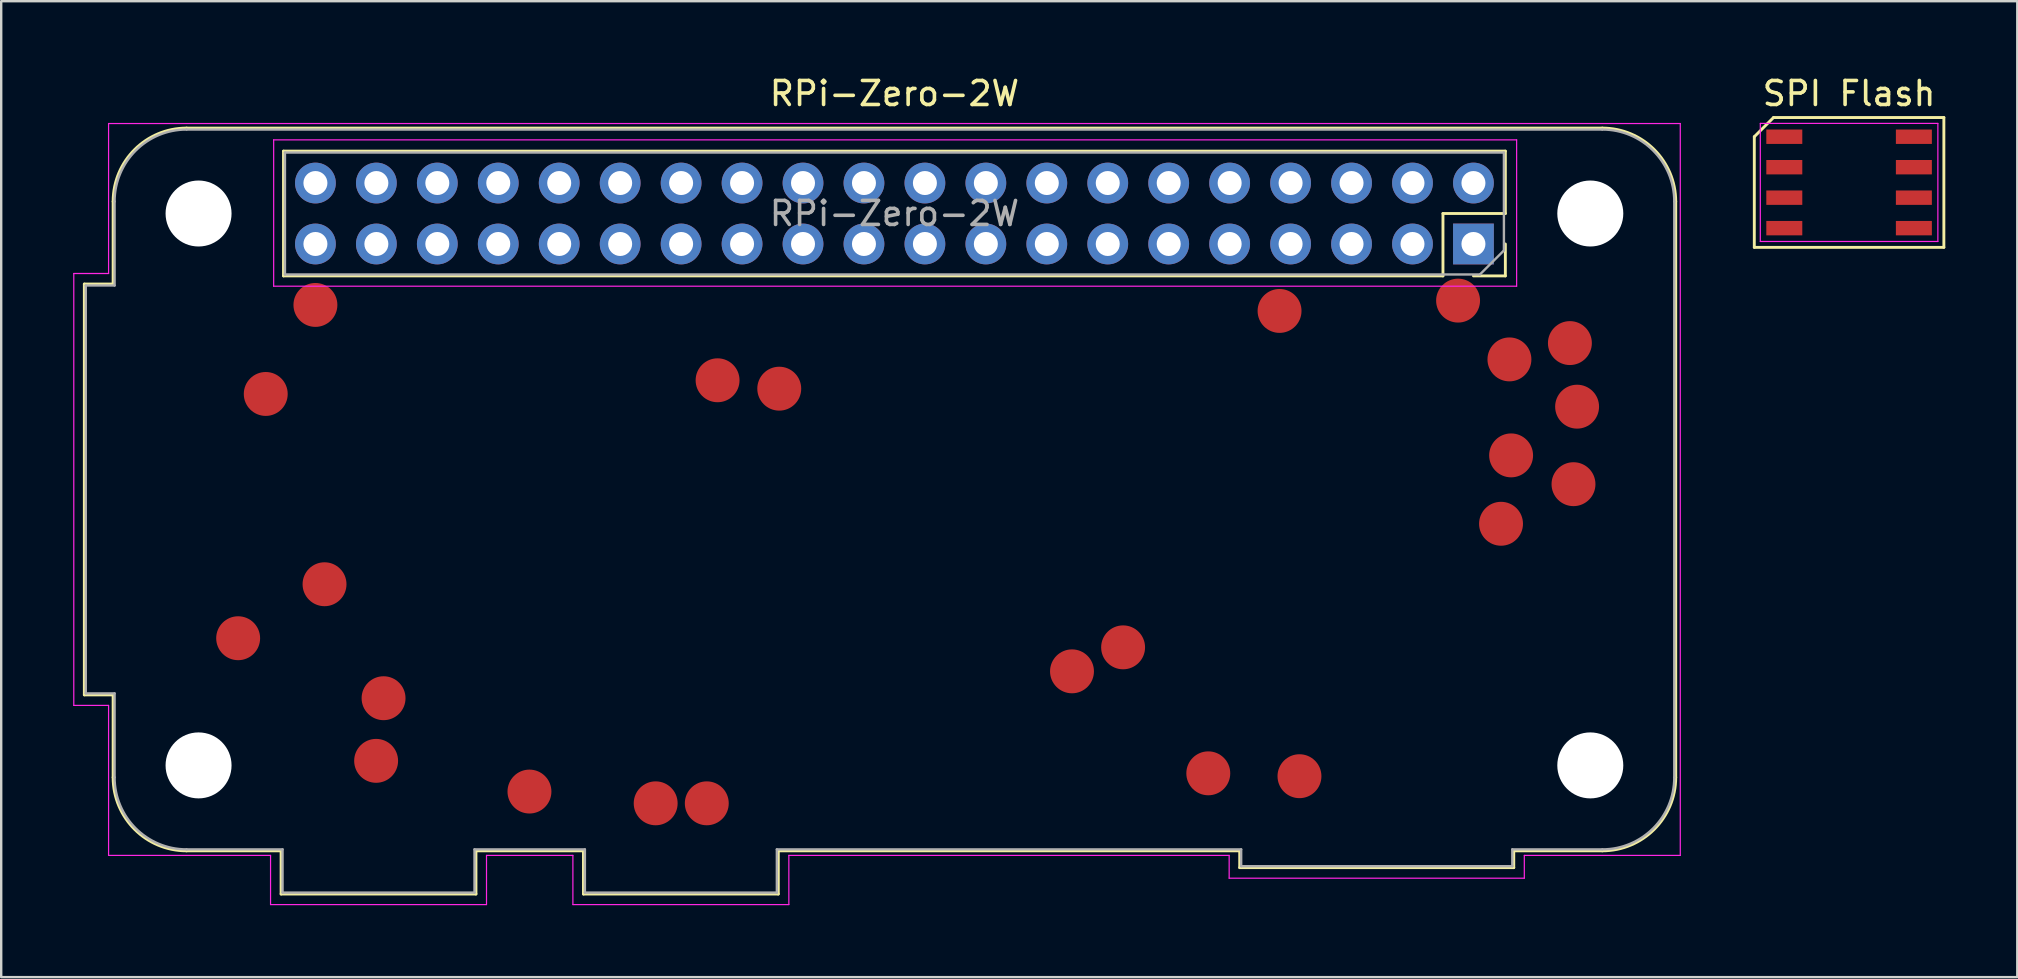
<source format=kicad_pcb>
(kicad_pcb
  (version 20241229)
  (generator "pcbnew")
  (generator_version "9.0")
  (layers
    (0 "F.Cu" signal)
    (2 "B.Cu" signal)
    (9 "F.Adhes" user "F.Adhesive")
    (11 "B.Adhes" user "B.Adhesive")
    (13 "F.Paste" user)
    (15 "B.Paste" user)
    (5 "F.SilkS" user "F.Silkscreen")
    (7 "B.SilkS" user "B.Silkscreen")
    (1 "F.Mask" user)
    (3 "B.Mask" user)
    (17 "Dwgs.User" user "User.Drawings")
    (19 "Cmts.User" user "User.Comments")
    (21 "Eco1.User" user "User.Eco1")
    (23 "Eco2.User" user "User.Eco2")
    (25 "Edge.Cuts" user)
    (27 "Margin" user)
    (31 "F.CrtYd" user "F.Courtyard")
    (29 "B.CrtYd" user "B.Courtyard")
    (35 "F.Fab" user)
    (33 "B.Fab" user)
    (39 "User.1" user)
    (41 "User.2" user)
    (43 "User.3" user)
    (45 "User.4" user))
  (footprint "SPI Flash"
    (layer "F.Cu")
    (at 74.01 4.553)
    (property "Reference" "SPI Flash" (at 0 -3.705 0) (layer "F.SilkS") (effects (font (size 1 1) (thickness 0.15))))
    (attr smd)
    (fp_line (start -3.95 -1.905) (end -3.15 -2.705) (stroke (width 0.12) (type default)) (layer "F.SilkS"))
    (fp_line (start -3.95 2.705) (end -3.95 -1.905) (stroke (width 0.12) (type default)) (layer "F.SilkS"))
    (fp_line (start -3.15 -2.705) (end 3.95 -2.705) (stroke (width 0.12) (type default)) (layer "F.SilkS"))
    (fp_line (start 3.95 -2.705) (end 3.95 2.705) (stroke (width 0.12) (type default)) (layer "F.SilkS"))
    (fp_line (start 3.95 2.705) (end -3.95 2.705) (stroke (width 0.12) (type default)) (layer "F.SilkS"))
    (fp_line (start -3.7 -2.46) (end 3.7 -2.46) (stroke (width 0.05) (type default)) (layer "F.CrtYd"))
    (fp_line (start -3.7 2.46) (end -3.7 -2.46) (stroke (width 0.05) (type default)) (layer "F.CrtYd"))
    (fp_line (start 3.7 -2.46) (end 3.7 2.46) (stroke (width 0.05) (type default)) (layer "F.CrtYd"))
    (fp_line (start 3.7 2.46) (end -3.7 2.46) (stroke (width 0.05) (type default)) (layer "F.CrtYd"))
    (pad "1" smd rect (at -2.7 -1.905 270) (size 0.6 1.5) (layers "F.Cu" "F.Mask" "F.Paste"))
    (pad "2" smd rect (at -2.7 -0.635 270) (size 0.6 1.5) (layers "F.Cu" "F.Mask" "F.Paste"))
    (pad "3" smd rect (at -2.7 0.635 270) (size 0.6 1.5) (layers "F.Cu" "F.Mask" "F.Paste"))
    (pad "4" smd rect (at -2.7 1.905 270) (size 0.6 1.5) (layers "F.Cu" "F.Mask" "F.Paste"))
    (pad "5" smd rect (at 2.7 1.905 270) (size 0.6 1.5) (layers "F.Cu" "F.Mask" "F.Paste"))
    (pad "6" smd rect (at 2.7 0.635 270) (size 0.6 1.5) (layers "F.Cu" "F.Mask" "F.Paste"))
    (pad "7" smd rect (at 2.7 -0.635 270) (size 0.6 1.5) (layers "F.Cu" "F.Mask" "F.Paste"))
    (pad "8" smd rect (at 2.7 -1.905 270) (size 0.6 1.5) (layers "F.Cu" "F.Mask" "F.Paste")))
  (footprint "RPi-Zero-2W"
    (layer "F.Cu")
    (at 1.725 32.348)
    (property "Reference" "RPi-Zero-2W" (at 32.5 -31.5 0) (layer "F.SilkS") (effects (font (size 1 1) (thickness 0.15))))
    (attr through_hole)
    (fp_line (start -1.26 -23.56) (end -1.26 -6.44) (stroke (width 0.12) (type solid)) (layer "F.SilkS"))
    (fp_line (start -1.26 -6.44) (end -0.06 -6.44) (stroke (width 0.12) (type solid)) (layer "F.SilkS"))
    (fp_line (start -0.06 -23.56) (end -1.26 -23.56) (stroke (width 0.12) (type solid)) (layer "F.SilkS"))
    (fp_line (start -0.06 -23.56) (end -0.06 -27) (stroke (width 0.12) (type solid)) (layer "F.SilkS"))
    (fp_line (start -0.06 -6.44) (end -0.06 -3) (stroke (width 0.12) (type solid)) (layer "F.SilkS"))
    (fp_line (start 3 -30.06) (end 62 -30.06) (stroke (width 0.12) (type solid)) (layer "F.SilkS"))
    (fp_line (start 3 0.06) (end 6.94 0.06) (stroke (width 0.12) (type solid)) (layer "F.SilkS"))
    (fp_line (start 6.94 0.06) (end 6.94 1.86) (stroke (width 0.12) (type solid)) (layer "F.SilkS"))
    (fp_line (start 6.94 1.86) (end 15.06 1.86) (stroke (width 0.12) (type solid)) (layer "F.SilkS"))
    (fp_line (start 7.04 -29.1) (end 7.04 -23.9) (stroke (width 0.12) (type solid)) (layer "F.SilkS"))
    (fp_line (start 15.06 0.06) (end 19.54 0.06) (stroke (width 0.12) (type solid)) (layer "F.SilkS"))
    (fp_line (start 15.06 1.86) (end 15.06 0.06) (stroke (width 0.12) (type solid)) (layer "F.SilkS"))
    (fp_line (start 19.54 0.06) (end 19.54 1.86) (stroke (width 0.12) (type solid)) (layer "F.SilkS"))
    (fp_line (start 19.54 1.86) (end 27.66 1.86) (stroke (width 0.12) (type solid)) (layer "F.SilkS"))
    (fp_line (start 27.66 0.06) (end 46.89 0.06) (stroke (width 0.12) (type solid)) (layer "F.SilkS"))
    (fp_line (start 27.66 1.86) (end 27.66 0.06) (stroke (width 0.12) (type solid)) (layer "F.SilkS"))
    (fp_line (start 46.89 0.06) (end 46.89 0.76) (stroke (width 0.12) (type solid)) (layer "F.SilkS"))
    (fp_line (start 46.89 0.76) (end 58.31 0.76) (stroke (width 0.12) (type solid)) (layer "F.SilkS"))
    (fp_line (start 55.36 -26.5) (end 55.36 -23.9) (stroke (width 0.12) (type solid)) (layer "F.SilkS"))
    (fp_line (start 55.36 -23.9) (end 7.04 -23.9) (stroke (width 0.12) (type solid)) (layer "F.SilkS"))
    (fp_line (start 57.96 -29.1) (end 7.04 -29.1) (stroke (width 0.12) (type solid)) (layer "F.SilkS"))
    (fp_line (start 57.96 -29.1) (end 57.96 -26.5) (stroke (width 0.12) (type solid)) (layer "F.SilkS"))
    (fp_line (start 57.96 -26.5) (end 55.36 -26.5) (stroke (width 0.12) (type solid)) (layer "F.SilkS"))
    (fp_line (start 57.96 -25.23) (end 57.96 -23.9) (stroke (width 0.12) (type solid)) (layer "F.SilkS"))
    (fp_line (start 57.96 -23.9) (end 56.63 -23.9) (stroke (width 0.12) (type solid)) (layer "F.SilkS"))
    (fp_line (start 58.31 0.06) (end 62 0.06) (stroke (width 0.12) (type solid)) (layer "F.SilkS"))
    (fp_line (start 58.31 0.76) (end 58.31 0.06) (stroke (width 0.12) (type solid)) (layer "F.SilkS"))
    (fp_line (start 65.06 -27) (end 65.06 -3) (stroke (width 0.12) (type solid)) (layer "F.SilkS"))
    (fp_arc (start -0.06 -27) (mid 0.836253 -29.163747) (end 3 -30.06) (stroke (width 0.12) (type solid)) (layer "F.SilkS"))
    (fp_arc (start 3 0.06) (mid 0.836253 -0.836253) (end -0.06 -3) (stroke (width 0.12) (type solid)) (layer "F.SilkS"))
    (fp_arc (start 62 -30.06) (mid 64.163747 -29.163747) (end 65.06 -27) (stroke (width 0.12) (type solid)) (layer "F.SilkS"))
    (fp_arc (start 65.06 -3) (mid 64.163747 -0.836253) (end 62 0.06) (stroke (width 0.12) (type solid)) (layer "F.SilkS"))
    (fp_line (start -1.7 -24) (end -0.25 -24) (stroke (width 0.05) (type solid)) (layer "F.CrtYd"))
    (fp_line (start -1.7 -6) (end -1.7 -24) (stroke (width 0.05) (type solid)) (layer "F.CrtYd"))
    (fp_line (start -1.7 -6) (end -0.25 -6) (stroke (width 0.05) (type solid)) (layer "F.CrtYd"))
    (fp_line (start -0.25 -30.25) (end -0.25 -24) (stroke (width 0.05) (type solid)) (layer "F.CrtYd"))
    (fp_line (start -0.25 -30.25) (end 65.25 -30.25) (stroke (width 0.05) (type solid)) (layer "F.CrtYd"))
    (fp_line (start -0.25 -6) (end -0.25 0.25) (stroke (width 0.05) (type solid)) (layer "F.CrtYd"))
    (fp_line (start 6.5 0.25) (end -0.25 0.25) (stroke (width 0.05) (type solid)) (layer "F.CrtYd"))
    (fp_line (start 6.5 2.3) (end 6.5 0.25) (stroke (width 0.05) (type solid)) (layer "F.CrtYd"))
    (fp_line (start 6.5 2.3) (end 15.5 2.3) (stroke (width 0.05) (type solid)) (layer "F.CrtYd"))
    (fp_line (start 6.63 -29.57) (end 58.43 -29.57) (stroke (width 0.05) (type solid)) (layer "F.CrtYd"))
    (fp_line (start 6.63 -23.47) (end 6.63 -29.57) (stroke (width 0.05) (type solid)) (layer "F.CrtYd"))
    (fp_line (start 15.5 2.3) (end 15.5 0.25) (stroke (width 0.05) (type solid)) (layer "F.CrtYd"))
    (fp_line (start 19.1 0.25) (end 15.5 0.25) (stroke (width 0.05) (type solid)) (layer "F.CrtYd"))
    (fp_line (start 19.1 2.3) (end 19.1 0.25) (stroke (width 0.05) (type solid)) (layer "F.CrtYd"))
    (fp_line (start 19.1 2.3) (end 28.1 2.3) (stroke (width 0.05) (type solid)) (layer "F.CrtYd"))
    (fp_line (start 28.1 0.25) (end 46.45 0.25) (stroke (width 0.05) (type solid)) (layer "F.CrtYd"))
    (fp_line (start 28.1 2.3) (end 28.1 0.25) (stroke (width 0.05) (type solid)) (layer "F.CrtYd"))
    (fp_line (start 46.45 1.2) (end 46.45 0.25) (stroke (width 0.05) (type solid)) (layer "F.CrtYd"))
    (fp_line (start 58.43 -29.57) (end 58.43 -23.47) (stroke (width 0.05) (type solid)) (layer "F.CrtYd"))
    (fp_line (start 58.43 -23.47) (end 6.63 -23.47) (stroke (width 0.05) (type solid)) (layer "F.CrtYd"))
    (fp_line (start 58.75 0.25) (end 65.25 0.25) (stroke (width 0.05) (type solid)) (layer "F.CrtYd"))
    (fp_line (start 58.75 1.2) (end 46.45 1.2) (stroke (width 0.05) (type solid)) (layer "F.CrtYd"))
    (fp_line (start 58.75 1.2) (end 58.75 0.25) (stroke (width 0.05) (type solid)) (layer "F.CrtYd"))
    (fp_line (start 65.25 -30.25) (end 65.25 0.25) (stroke (width 0.05) (type solid)) (layer "F.CrtYd"))
    (fp_line (start -1.2 -23.5) (end -1.2 -6.5) (stroke (width 0.1) (type solid)) (layer "F.Fab"))
    (fp_line (start 0 -27) (end 0 -23.5) (stroke (width 0.1) (type solid)) (layer "F.Fab"))
    (fp_line (start 0 -23.5) (end -1.2 -23.5) (stroke (width 0.1) (type solid)) (layer "F.Fab"))
    (fp_line (start 0 -6.5) (end -1.2 -6.5) (stroke (width 0.1) (type solid)) (layer "F.Fab"))
    (fp_line (start 0 -3) (end 0 -6.5) (stroke (width 0.1) (type solid)) (layer "F.Fab"))
    (fp_line (start 3 -30) (end 62 -30) (stroke (width 0.1) (type solid)) (layer "F.Fab"))
    (fp_line (start 7 0) (end 3 0) (stroke (width 0.1) (type solid)) (layer "F.Fab"))
    (fp_line (start 7 0) (end 7 1.8) (stroke (width 0.1) (type solid)) (layer "F.Fab"))
    (fp_line (start 7 1.8) (end 15 1.8) (stroke (width 0.1) (type solid)) (layer "F.Fab"))
    (fp_line (start 7.1 -29.04) (end 57.9 -29.04) (stroke (width 0.1) (type solid)) (layer "F.Fab"))
    (fp_line (start 7.1 -23.96) (end 7.1 -29.04) (stroke (width 0.1) (type solid)) (layer "F.Fab"))
    (fp_line (start 15 0) (end 19.6 0) (stroke (width 0.1) (type solid)) (layer "F.Fab"))
    (fp_line (start 15 1.8) (end 15 0) (stroke (width 0.1) (type solid)) (layer "F.Fab"))
    (fp_line (start 19.6 0) (end 19.6 1.8) (stroke (width 0.1) (type solid)) (layer "F.Fab"))
    (fp_line (start 19.6 1.8) (end 27.6 1.8) (stroke (width 0.1) (type solid)) (layer "F.Fab"))
    (fp_line (start 27.6 0) (end 46.95 0) (stroke (width 0.1) (type solid)) (layer "F.Fab"))
    (fp_line (start 27.6 1.8) (end 27.6 0) (stroke (width 0.1) (type solid)) (layer "F.Fab"))
    (fp_line (start 46.95 0) (end 46.95 0.7) (stroke (width 0.1) (type solid)) (layer "F.Fab"))
    (fp_line (start 46.95 0.7) (end 58.25 0.7) (stroke (width 0.1) (type solid)) (layer "F.Fab"))
    (fp_line (start 56.9 -23.96) (end 7.1 -23.96) (stroke (width 0.1) (type solid)) (layer "F.Fab"))
    (fp_line (start 57.9 -29.04) (end 57.9 -24.96) (stroke (width 0.1) (type solid)) (layer "F.Fab"))
    (fp_line (start 57.9 -24.96) (end 56.9 -23.96) (stroke (width 0.1) (type solid)) (layer "F.Fab"))
    (fp_line (start 58.25 0) (end 58.25 0.7) (stroke (width 0.1) (type solid)) (layer "F.Fab"))
    (fp_line (start 58.25 0) (end 62 0) (stroke (width 0.1) (type solid)) (layer "F.Fab"))
    (fp_line (start 65 -27) (end 65 -3) (stroke (width 0.1) (type solid)) (layer "F.Fab"))
    (fp_arc (start 0 -27) (mid 0.87868 -29.12132) (end 3 -30) (stroke (width 0.1) (type solid)) (layer "F.Fab"))
    (fp_arc (start 3 0) (mid 0.87868 -0.87868) (end 0 -3) (stroke (width 0.1) (type solid)) (layer "F.Fab"))
    (fp_arc (start 62 -30) (mid 64.12132 -29.12132) (end 65 -27) (stroke (width 0.1) (type solid)) (layer "F.Fab"))
    (fp_arc (start 65 -3) (mid 64.12132 -0.87868) (end 62 0) (stroke (width 0.1) (type solid)) (layer "F.Fab"))
    (fp_text user "${REFERENCE}" (at 32.5 -26.5 0) (layer "F.Fab") (effects (font (size 1 1) (thickness 0.15))))
    (pad "" np_thru_hole circle (at 3.5 -26.5) (size 2.75 2.75) (drill 2.75) (layers "*.Cu" "*.Mask"))
    (pad "" np_thru_hole circle (at 3.5 -3.5) (size 2.75 2.75) (drill 2.75) (layers "*.Cu" "*.Mask"))
    (pad "" np_thru_hole circle (at 61.5 -26.5) (size 2.75 2.75) (drill 2.75) (layers "*.Cu" "*.Mask"))
    (pad "" np_thru_hole circle (at 61.5 -3.5) (size 2.75 2.75) (drill 2.75) (layers "*.Cu" "*.Mask"))
    (pad "1" thru_hole rect (at 56.63 -25.23 270) (size 1.7 1.7) (drill 1) (layers "*.Cu" "*.Mask"))
    (pad "1V8" smd circle (at 42.03 -8.42) (size 1.83 1.83) (layers "F.Cu" "F.Mask" "F.Paste"))
    (pad "2" thru_hole oval (at 56.63 -27.77 270) (size 1.7 1.7) (drill 1) (layers "*.Cu" "*.Mask"))
    (pad "3" thru_hole oval (at 54.09 -25.23 270) (size 1.7 1.7) (drill 1) (layers "*.Cu" "*.Mask"))
    (pad "3V3" smd circle (at 48.55 -22.44) (size 1.83 1.83) (layers "F.Cu" "F.Mask" "F.Paste"))
    (pad "4" thru_hole oval (at 54.09 -27.77 270) (size 1.7 1.7) (drill 1) (layers "*.Cu" "*.Mask"))
    (pad "5" thru_hole oval (at 51.55 -25.23 270) (size 1.7 1.7) (drill 1) (layers "*.Cu" "*.Mask"))
    (pad "5V" smd circle (at 8.75 -11.05) (size 1.83 1.83) (layers "F.Cu" "F.Mask" "F.Paste"))
    (pad "5V" smd circle (at 11.21 -6.3) (size 1.83 1.83) (layers "F.Cu" "F.Mask" "F.Paste"))
    (pad "6" thru_hole oval (at 51.55 -27.77 270) (size 1.7 1.7) (drill 1) (layers "*.Cu" "*.Mask"))
    (pad "7" thru_hole oval (at 49.01 -25.23 270) (size 1.7 1.7) (drill 1) (layers "*.Cu" "*.Mask"))
    (pad "8" thru_hole oval (at 49.01 -27.77 270) (size 1.7 1.7) (drill 1) (layers "*.Cu" "*.Mask"))
    (pad "9" thru_hole oval (at 46.47 -25.23 270) (size 1.7 1.7) (drill 1) (layers "*.Cu" "*.Mask"))
    (pad "10" thru_hole oval (at 46.47 -27.77 270) (size 1.7 1.7) (drill 1) (layers "*.Cu" "*.Mask"))
    (pad "11" thru_hole oval (at 43.93 -25.23 270) (size 1.7 1.7) (drill 1) (layers "*.Cu" "*.Mask"))
    (pad "12" thru_hole oval (at 43.93 -27.77 270) (size 1.7 1.7) (drill 1) (layers "*.Cu" "*.Mask"))
    (pad "13" thru_hole oval (at 41.39 -25.23 270) (size 1.7 1.7) (drill 1) (layers "*.Cu" "*.Mask"))
    (pad "14" thru_hole oval (at 41.39 -27.77 270) (size 1.7 1.7) (drill 1) (layers "*.Cu" "*.Mask"))
    (pad "15" thru_hole oval (at 38.85 -25.23 270) (size 1.7 1.7) (drill 1) (layers "*.Cu" "*.Mask"))
    (pad "16" thru_hole oval (at 38.85 -27.77 270) (size 1.7 1.7) (drill 1) (layers "*.Cu" "*.Mask"))
    (pad "17" thru_hole oval (at 36.31 -25.23 270) (size 1.7 1.7) (drill 1) (layers "*.Cu" "*.Mask"))
    (pad "18" thru_hole oval (at 36.31 -27.77 270) (size 1.7 1.7) (drill 1) (layers "*.Cu" "*.Mask"))
    (pad "19" thru_hole oval (at 33.77 -25.23 270) (size 1.7 1.7) (drill 1) (layers "*.Cu" "*.Mask"))
    (pad "20" thru_hole oval (at 33.77 -27.77 270) (size 1.7 1.7) (drill 1) (layers "*.Cu" "*.Mask"))
    (pad "21" thru_hole oval (at 31.23 -25.23 270) (size 1.7 1.7) (drill 1) (layers "*.Cu" "*.Mask"))
    (pad "22" thru_hole oval (at 31.23 -27.77 270) (size 1.7 1.7) (drill 1) (layers "*.Cu" "*.Mask"))
    (pad "23" thru_hole oval (at 28.69 -25.23 270) (size 1.7 1.7) (drill 1) (layers "*.Cu" "*.Mask"))
    (pad "24" thru_hole oval (at 28.69 -27.77 270) (size 1.7 1.7) (drill 1) (layers "*.Cu" "*.Mask"))
    (pad "25" thru_hole oval (at 26.15 -25.23 270) (size 1.7 1.7) (drill 1) (layers "*.Cu" "*.Mask"))
    (pad "26" thru_hole oval (at 26.15 -27.77 270) (size 1.7 1.7) (drill 1) (layers "*.Cu" "*.Mask"))
    (pad "27" thru_hole oval (at 23.61 -25.23 270) (size 1.7 1.7) (drill 1) (layers "*.Cu" "*.Mask"))
    (pad "28" thru_hole oval (at 23.61 -27.77 270) (size 1.7 1.7) (drill 1) (layers "*.Cu" "*.Mask"))
    (pad "29" thru_hole oval (at 21.07 -25.23 270) (size 1.7 1.7) (drill 1) (layers "*.Cu" "*.Mask"))
    (pad "30" thru_hole oval (at 21.07 -27.77 270) (size 1.7 1.7) (drill 1) (layers "*.Cu" "*.Mask"))
    (pad "31" thru_hole oval (at 18.53 -25.23 270) (size 1.7 1.7) (drill 1) (layers "*.Cu" "*.Mask"))
    (pad "32" thru_hole oval (at 18.53 -27.77 270) (size 1.7 1.7) (drill 1) (layers "*.Cu" "*.Mask"))
    (pad "33" thru_hole oval (at 15.99 -25.23 270) (size 1.7 1.7) (drill 1) (layers "*.Cu" "*.Mask"))
    (pad "34" thru_hole oval (at 15.99 -27.77 270) (size 1.7 1.7) (drill 1) (layers "*.Cu" "*.Mask"))
    (pad "35" thru_hole oval (at 13.45 -25.23 270) (size 1.7 1.7) (drill 1) (layers "*.Cu" "*.Mask"))
    (pad "36" thru_hole oval (at 13.45 -27.77 270) (size 1.7 1.7) (drill 1) (layers "*.Cu" "*.Mask"))
    (pad "37" thru_hole oval (at 10.91 -25.23 270) (size 1.7 1.7) (drill 1) (layers "*.Cu" "*.Mask"))
    (pad "38" thru_hole oval (at 10.91 -27.77 270) (size 1.7 1.7) (drill 1) (layers "*.Cu" "*.Mask"))
    (pad "39" thru_hole oval (at 8.37 -25.23 270) (size 1.7 1.7) (drill 1) (layers "*.Cu" "*.Mask"))
    (pad "40" thru_hole oval (at 8.37 -27.77 270) (size 1.7 1.7) (drill 1) (layers "*.Cu" "*.Mask"))
    (pad "BT_ON" smd circle (at 25.13 -19.55) (size 1.83 1.83) (layers "F.Cu" "F.Mask" "F.Paste"))
    (pad "CORE" smd circle (at 6.3 -18.98) (size 1.83 1.83) (layers "F.Cu" "F.Mask" "F.Paste"))
    (pad "GND" smd circle (at 10.9 -3.69) (size 1.83 1.83) (layers "F.Cu" "F.Mask" "F.Paste"))
    (pad "GND" smd circle (at 17.29 -2.41) (size 1.83 1.83) (layers "F.Cu" "F.Mask" "F.Paste"))
    (pad "GND" smd circle (at 49.38 -3.05) (size 1.83 1.83) (layers "F.Cu" "F.Mask" "F.Paste"))
    (pad "GND" smd circle (at 55.99 -22.87) (size 1.83 1.83) (layers "F.Cu" "F.Mask" "F.Paste"))
    (pad "OTG" smd circle (at 39.9 -7.42) (size 1.83 1.83) (layers "F.Cu" "F.Mask" "F.Paste"))
    (pad "RUN" smd circle (at 8.37 -22.69) (size 1.83 1.83) (layers "F.Cu" "F.Mask" "F.Paste"))
    (pad "SD_CLK" smd circle (at 60.95 -18.45) (size 1.83 1.83) (layers "F.Cu" "F.Mask" "F.Paste"))
    (pad "SD_CMD" smd circle (at 58.2 -16.42) (size 1.83 1.83) (layers "F.Cu" "F.Mask" "F.Paste"))
    (pad "SD_DAT0" smd circle (at 58.13 -20.42) (size 1.83 1.83) (layers "F.Cu" "F.Mask" "F.Paste"))
    (pad "SD_DAT1" smd circle (at 60.65 -21.1) (size 1.83 1.83) (layers "F.Cu" "F.Mask" "F.Paste"))
    (pad "SD_DAT2" smd circle (at 57.78 -13.57) (size 1.83 1.83) (layers "F.Cu" "F.Mask" "F.Paste"))
    (pad "SD_DAT3" smd circle (at 60.8 -15.22) (size 1.83 1.83) (layers "F.Cu" "F.Mask" "F.Paste"))
    (pad "STATUS_LED" smd circle (at 5.15 -8.8) (size 1.83 1.83) (layers "F.Cu" "F.Mask" "F.Paste"))
    (pad "TV" smd circle (at 45.58 -3.17) (size 1.83 1.83) (layers "F.Cu" "F.Mask" "F.Paste"))
    (pad "USB_DM" smd circle (at 24.68 -1.92) (size 1.83 1.83) (layers "F.Cu" "F.Mask" "F.Paste"))
    (pad "USB_DP" smd circle (at 22.55 -1.92) (size 1.83 1.83) (layers "F.Cu" "F.Mask" "F.Paste"))
    (pad "WL_ON" smd circle (at 27.7 -19.2) (size 1.83 1.83) (layers "F.Cu" "F.Mask" "F.Paste")))
  (gr_rect
    (start -3 -3)
    (end 81.02 37.673)
    (stroke (width 0.1) (type default))
    (fill no)
    (layer "Edge.Cuts")))
</source>
